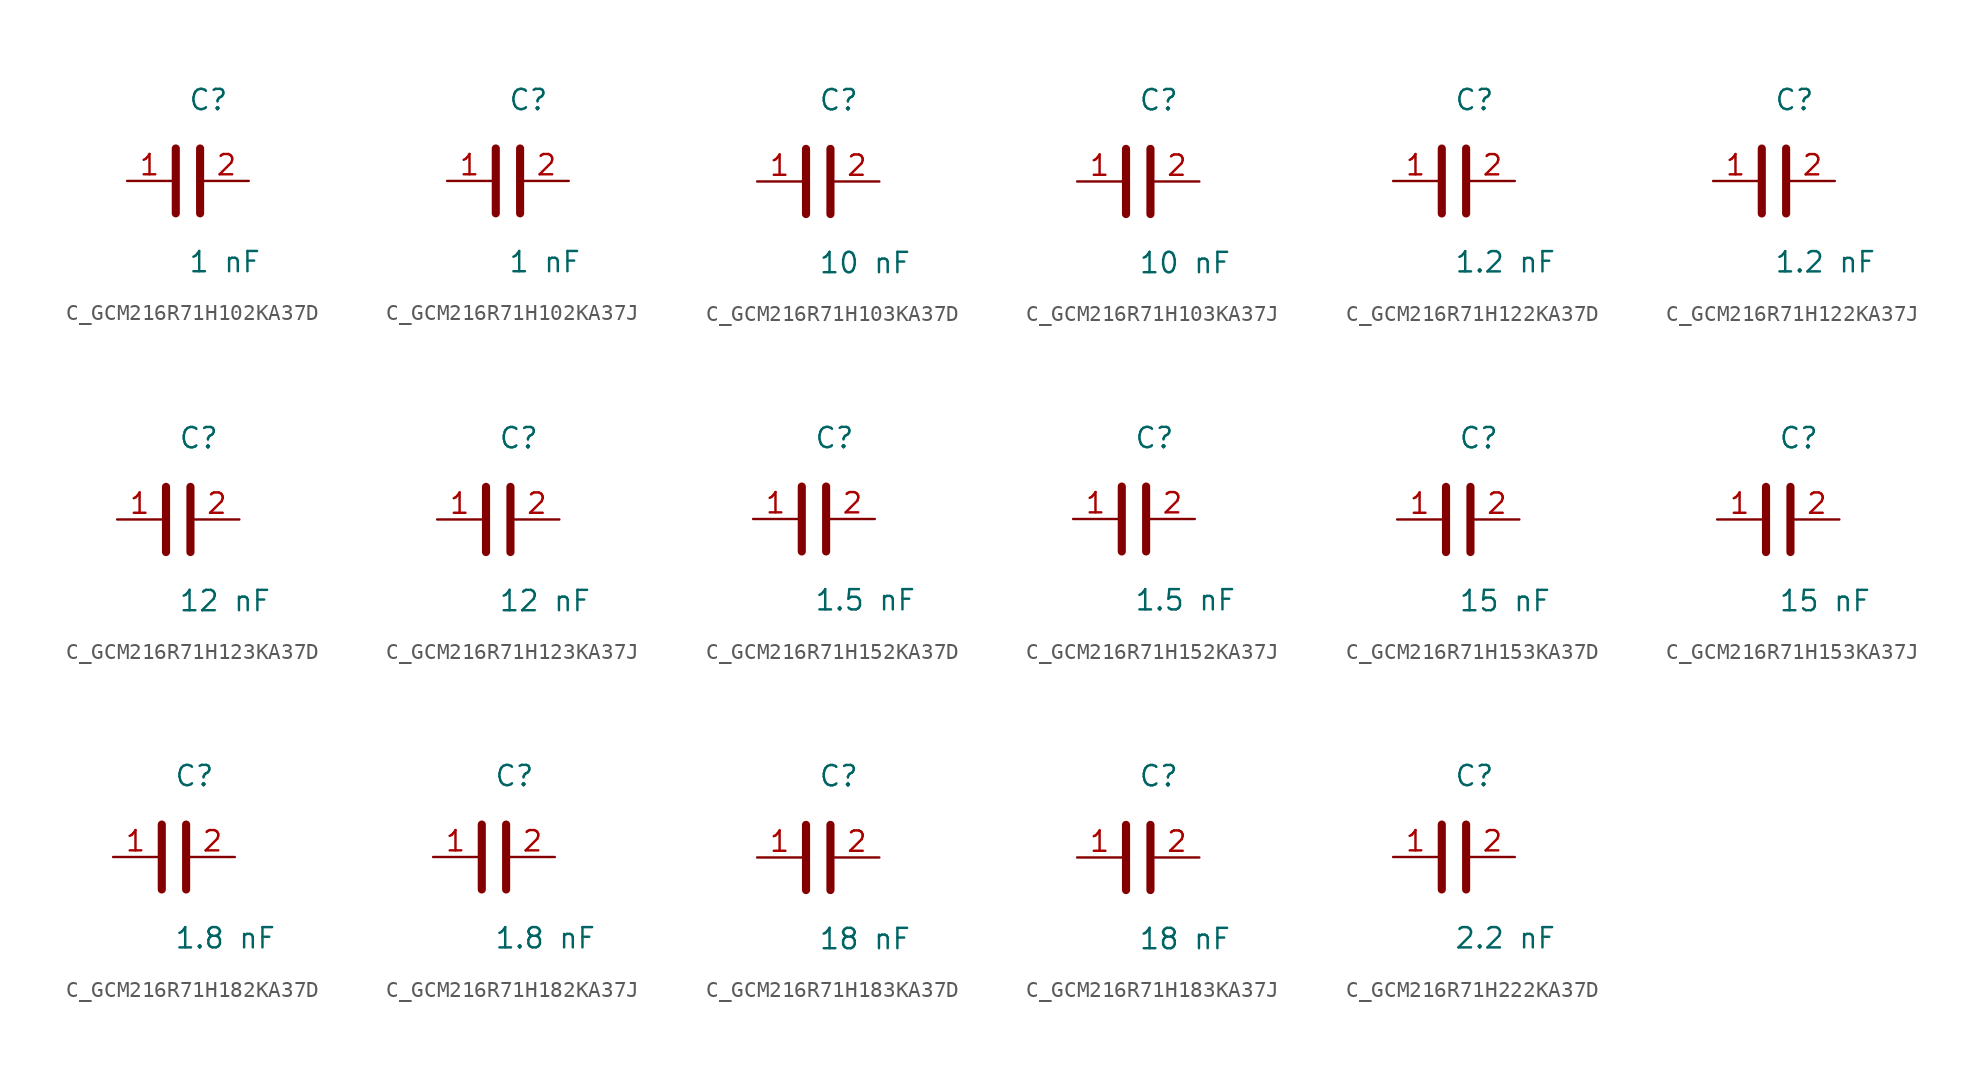
<source format=kicad_sym>
(kicad_symbol_lib
  (version 20231120)
  (generator kicad_symbol_editor)
  (generator_version 8.0)
  (symbol "C_GCM216R71H102KA37D"
    (pin_names
      (offset 0.254))
    (property "Value" "1 nF"
      (at 0 -5.08 0)
      (effects (font (size 1.27 1.27)) (justify left)))
    (property "Reference" "C"
      (at 0 5.08 0)
      (effects (font (size 1.27 1.27)) (justify left)))
    (symbol "C_GCM216R71H102KA37D_0_1"
      (polyline (pts (xy -0.762 -2.032) (xy -0.762 2.032)) (stroke (width 0.508) (type default)) (fill (type none)))
      (polyline (pts (xy 0.762 -2.032) (xy 0.762 2.032)) (stroke (width 0.508) (type default)) (fill (type none))))
    (pin unspecified line
      (at -3.81 0 0)
      (length 2.8)
      (name "" (effects (font (size 1.27 1.27))))
      (number "1" (effects (font (size 1.27 1.27)))))
    (pin unspecified line
      (at 3.81 0 180)
      (length 2.8)
      (name "" (effects (font (size 1.27 1.27))))
      (number "2" (effects (font (size 1.27 1.27))))))
  (symbol "C_GCM216R71H102KA37J"
    (pin_names
      (offset 0.254))
    (property "Value" "1 nF"
      (at 0 -5.08 0)
      (effects (font (size 1.27 1.27)) (justify left)))
    (property "Reference" "C"
      (at 0 5.08 0)
      (effects (font (size 1.27 1.27)) (justify left)))
    (symbol "C_GCM216R71H102KA37J_0_1"
      (polyline (pts (xy -0.762 -2.032) (xy -0.762 2.032)) (stroke (width 0.508) (type default)) (fill (type none)))
      (polyline (pts (xy 0.762 -2.032) (xy 0.762 2.032)) (stroke (width 0.508) (type default)) (fill (type none))))
    (pin unspecified line
      (at -3.81 0 0)
      (length 2.8)
      (name "" (effects (font (size 1.27 1.27))))
      (number "1" (effects (font (size 1.27 1.27)))))
    (pin unspecified line
      (at 3.81 0 180)
      (length 2.8)
      (name "" (effects (font (size 1.27 1.27))))
      (number "2" (effects (font (size 1.27 1.27))))))
  (symbol "C_GCM216R71H103KA37D"
    (pin_names
      (offset 0.254))
    (property "Value" "10 nF"
      (at 0 -5.08 0)
      (effects (font (size 1.27 1.27)) (justify left)))
    (property "Reference" "C"
      (at 0 5.08 0)
      (effects (font (size 1.27 1.27)) (justify left)))
    (symbol "C_GCM216R71H103KA37D_0_1"
      (polyline (pts (xy -0.762 -2.032) (xy -0.762 2.032)) (stroke (width 0.508) (type default)) (fill (type none)))
      (polyline (pts (xy 0.762 -2.032) (xy 0.762 2.032)) (stroke (width 0.508) (type default)) (fill (type none))))
    (pin unspecified line
      (at -3.81 0 0)
      (length 2.8)
      (name "" (effects (font (size 1.27 1.27))))
      (number "1" (effects (font (size 1.27 1.27)))))
    (pin unspecified line
      (at 3.81 0 180)
      (length 2.8)
      (name "" (effects (font (size 1.27 1.27))))
      (number "2" (effects (font (size 1.27 1.27))))))
  (symbol "C_GCM216R71H103KA37J"
    (pin_names
      (offset 0.254))
    (property "Value" "10 nF"
      (at 0 -5.08 0)
      (effects (font (size 1.27 1.27)) (justify left)))
    (property "Reference" "C"
      (at 0 5.08 0)
      (effects (font (size 1.27 1.27)) (justify left)))
    (symbol "C_GCM216R71H103KA37J_0_1"
      (polyline (pts (xy -0.762 -2.032) (xy -0.762 2.032)) (stroke (width 0.508) (type default)) (fill (type none)))
      (polyline (pts (xy 0.762 -2.032) (xy 0.762 2.032)) (stroke (width 0.508) (type default)) (fill (type none))))
    (pin unspecified line
      (at -3.81 0 0)
      (length 2.8)
      (name "" (effects (font (size 1.27 1.27))))
      (number "1" (effects (font (size 1.27 1.27)))))
    (pin unspecified line
      (at 3.81 0 180)
      (length 2.8)
      (name "" (effects (font (size 1.27 1.27))))
      (number "2" (effects (font (size 1.27 1.27))))))
  (symbol "C_GCM216R71H122KA37D"
    (pin_names
      (offset 0.254))
    (property "Value" "1.2 nF"
      (at 0 -5.08 0)
      (effects (font (size 1.27 1.27)) (justify left)))
    (property "Reference" "C"
      (at 0 5.08 0)
      (effects (font (size 1.27 1.27)) (justify left)))
    (symbol "C_GCM216R71H122KA37D_0_1"
      (polyline (pts (xy -0.762 -2.032) (xy -0.762 2.032)) (stroke (width 0.508) (type default)) (fill (type none)))
      (polyline (pts (xy 0.762 -2.032) (xy 0.762 2.032)) (stroke (width 0.508) (type default)) (fill (type none))))
    (pin unspecified line
      (at -3.81 0 0)
      (length 2.8)
      (name "" (effects (font (size 1.27 1.27))))
      (number "1" (effects (font (size 1.27 1.27)))))
    (pin unspecified line
      (at 3.81 0 180)
      (length 2.8)
      (name "" (effects (font (size 1.27 1.27))))
      (number "2" (effects (font (size 1.27 1.27))))))
  (symbol "C_GCM216R71H122KA37J"
    (pin_names
      (offset 0.254))
    (property "Value" "1.2 nF"
      (at 0 -5.08 0)
      (effects (font (size 1.27 1.27)) (justify left)))
    (property "Reference" "C"
      (at 0 5.08 0)
      (effects (font (size 1.27 1.27)) (justify left)))
    (symbol "C_GCM216R71H122KA37J_0_1"
      (polyline (pts (xy -0.762 -2.032) (xy -0.762 2.032)) (stroke (width 0.508) (type default)) (fill (type none)))
      (polyline (pts (xy 0.762 -2.032) (xy 0.762 2.032)) (stroke (width 0.508) (type default)) (fill (type none))))
    (pin unspecified line
      (at -3.81 0 0)
      (length 2.8)
      (name "" (effects (font (size 1.27 1.27))))
      (number "1" (effects (font (size 1.27 1.27)))))
    (pin unspecified line
      (at 3.81 0 180)
      (length 2.8)
      (name "" (effects (font (size 1.27 1.27))))
      (number "2" (effects (font (size 1.27 1.27))))))
  (symbol "C_GCM216R71H123KA37D"
    (pin_names
      (offset 0.254))
    (property "Value" "12 nF"
      (at 0 -5.08 0)
      (effects (font (size 1.27 1.27)) (justify left)))
    (property "Reference" "C"
      (at 0 5.08 0)
      (effects (font (size 1.27 1.27)) (justify left)))
    (symbol "C_GCM216R71H123KA37D_0_1"
      (polyline (pts (xy -0.762 -2.032) (xy -0.762 2.032)) (stroke (width 0.508) (type default)) (fill (type none)))
      (polyline (pts (xy 0.762 -2.032) (xy 0.762 2.032)) (stroke (width 0.508) (type default)) (fill (type none))))
    (pin unspecified line
      (at -3.81 0 0)
      (length 2.8)
      (name "" (effects (font (size 1.27 1.27))))
      (number "1" (effects (font (size 1.27 1.27)))))
    (pin unspecified line
      (at 3.81 0 180)
      (length 2.8)
      (name "" (effects (font (size 1.27 1.27))))
      (number "2" (effects (font (size 1.27 1.27))))))
  (symbol "C_GCM216R71H123KA37J"
    (pin_names
      (offset 0.254))
    (property "Value" "12 nF"
      (at 0 -5.08 0)
      (effects (font (size 1.27 1.27)) (justify left)))
    (property "Reference" "C"
      (at 0 5.08 0)
      (effects (font (size 1.27 1.27)) (justify left)))
    (symbol "C_GCM216R71H123KA37J_0_1"
      (polyline (pts (xy -0.762 -2.032) (xy -0.762 2.032)) (stroke (width 0.508) (type default)) (fill (type none)))
      (polyline (pts (xy 0.762 -2.032) (xy 0.762 2.032)) (stroke (width 0.508) (type default)) (fill (type none))))
    (pin unspecified line
      (at -3.81 0 0)
      (length 2.8)
      (name "" (effects (font (size 1.27 1.27))))
      (number "1" (effects (font (size 1.27 1.27)))))
    (pin unspecified line
      (at 3.81 0 180)
      (length 2.8)
      (name "" (effects (font (size 1.27 1.27))))
      (number "2" (effects (font (size 1.27 1.27))))))
  (symbol "C_GCM216R71H152KA37D"
    (pin_names
      (offset 0.254))
    (property "Value" "1.5 nF"
      (at 0 -5.08 0)
      (effects (font (size 1.27 1.27)) (justify left)))
    (property "Reference" "C"
      (at 0 5.08 0)
      (effects (font (size 1.27 1.27)) (justify left)))
    (symbol "C_GCM216R71H152KA37D_0_1"
      (polyline (pts (xy -0.762 -2.032) (xy -0.762 2.032)) (stroke (width 0.508) (type default)) (fill (type none)))
      (polyline (pts (xy 0.762 -2.032) (xy 0.762 2.032)) (stroke (width 0.508) (type default)) (fill (type none))))
    (pin unspecified line
      (at -3.81 0 0)
      (length 2.8)
      (name "" (effects (font (size 1.27 1.27))))
      (number "1" (effects (font (size 1.27 1.27)))))
    (pin unspecified line
      (at 3.81 0 180)
      (length 2.8)
      (name "" (effects (font (size 1.27 1.27))))
      (number "2" (effects (font (size 1.27 1.27))))))
  (symbol "C_GCM216R71H152KA37J"
    (pin_names
      (offset 0.254))
    (property "Value" "1.5 nF"
      (at 0 -5.08 0)
      (effects (font (size 1.27 1.27)) (justify left)))
    (property "Reference" "C"
      (at 0 5.08 0)
      (effects (font (size 1.27 1.27)) (justify left)))
    (symbol "C_GCM216R71H152KA37J_0_1"
      (polyline (pts (xy -0.762 -2.032) (xy -0.762 2.032)) (stroke (width 0.508) (type default)) (fill (type none)))
      (polyline (pts (xy 0.762 -2.032) (xy 0.762 2.032)) (stroke (width 0.508) (type default)) (fill (type none))))
    (pin unspecified line
      (at -3.81 0 0)
      (length 2.8)
      (name "" (effects (font (size 1.27 1.27))))
      (number "1" (effects (font (size 1.27 1.27)))))
    (pin unspecified line
      (at 3.81 0 180)
      (length 2.8)
      (name "" (effects (font (size 1.27 1.27))))
      (number "2" (effects (font (size 1.27 1.27))))))
  (symbol "C_GCM216R71H153KA37D"
    (pin_names
      (offset 0.254))
    (property "Value" "15 nF"
      (at 0 -5.08 0)
      (effects (font (size 1.27 1.27)) (justify left)))
    (property "Reference" "C"
      (at 0 5.08 0)
      (effects (font (size 1.27 1.27)) (justify left)))
    (symbol "C_GCM216R71H153KA37D_0_1"
      (polyline (pts (xy -0.762 -2.032) (xy -0.762 2.032)) (stroke (width 0.508) (type default)) (fill (type none)))
      (polyline (pts (xy 0.762 -2.032) (xy 0.762 2.032)) (stroke (width 0.508) (type default)) (fill (type none))))
    (pin unspecified line
      (at -3.81 0 0)
      (length 2.8)
      (name "" (effects (font (size 1.27 1.27))))
      (number "1" (effects (font (size 1.27 1.27)))))
    (pin unspecified line
      (at 3.81 0 180)
      (length 2.8)
      (name "" (effects (font (size 1.27 1.27))))
      (number "2" (effects (font (size 1.27 1.27))))))
  (symbol "C_GCM216R71H153KA37J"
    (pin_names
      (offset 0.254))
    (property "Value" "15 nF"
      (at 0 -5.08 0)
      (effects (font (size 1.27 1.27)) (justify left)))
    (property "Reference" "C"
      (at 0 5.08 0)
      (effects (font (size 1.27 1.27)) (justify left)))
    (symbol "C_GCM216R71H153KA37J_0_1"
      (polyline (pts (xy -0.762 -2.032) (xy -0.762 2.032)) (stroke (width 0.508) (type default)) (fill (type none)))
      (polyline (pts (xy 0.762 -2.032) (xy 0.762 2.032)) (stroke (width 0.508) (type default)) (fill (type none))))
    (pin unspecified line
      (at -3.81 0 0)
      (length 2.8)
      (name "" (effects (font (size 1.27 1.27))))
      (number "1" (effects (font (size 1.27 1.27)))))
    (pin unspecified line
      (at 3.81 0 180)
      (length 2.8)
      (name "" (effects (font (size 1.27 1.27))))
      (number "2" (effects (font (size 1.27 1.27))))))
  (symbol "C_GCM216R71H182KA37D"
    (pin_names
      (offset 0.254))
    (property "Value" "1.8 nF"
      (at 0 -5.08 0)
      (effects (font (size 1.27 1.27)) (justify left)))
    (property "Reference" "C"
      (at 0 5.08 0)
      (effects (font (size 1.27 1.27)) (justify left)))
    (symbol "C_GCM216R71H182KA37D_0_1"
      (polyline (pts (xy -0.762 -2.032) (xy -0.762 2.032)) (stroke (width 0.508) (type default)) (fill (type none)))
      (polyline (pts (xy 0.762 -2.032) (xy 0.762 2.032)) (stroke (width 0.508) (type default)) (fill (type none))))
    (pin unspecified line
      (at -3.81 0 0)
      (length 2.8)
      (name "" (effects (font (size 1.27 1.27))))
      (number "1" (effects (font (size 1.27 1.27)))))
    (pin unspecified line
      (at 3.81 0 180)
      (length 2.8)
      (name "" (effects (font (size 1.27 1.27))))
      (number "2" (effects (font (size 1.27 1.27))))))
  (symbol "C_GCM216R71H182KA37J"
    (pin_names
      (offset 0.254))
    (property "Value" "1.8 nF"
      (at 0 -5.08 0)
      (effects (font (size 1.27 1.27)) (justify left)))
    (property "Reference" "C"
      (at 0 5.08 0)
      (effects (font (size 1.27 1.27)) (justify left)))
    (symbol "C_GCM216R71H182KA37J_0_1"
      (polyline (pts (xy -0.762 -2.032) (xy -0.762 2.032)) (stroke (width 0.508) (type default)) (fill (type none)))
      (polyline (pts (xy 0.762 -2.032) (xy 0.762 2.032)) (stroke (width 0.508) (type default)) (fill (type none))))
    (pin unspecified line
      (at -3.81 0 0)
      (length 2.8)
      (name "" (effects (font (size 1.27 1.27))))
      (number "1" (effects (font (size 1.27 1.27)))))
    (pin unspecified line
      (at 3.81 0 180)
      (length 2.8)
      (name "" (effects (font (size 1.27 1.27))))
      (number "2" (effects (font (size 1.27 1.27))))))
  (symbol "C_GCM216R71H183KA37D"
    (pin_names
      (offset 0.254))
    (property "Value" "18 nF"
      (at 0 -5.08 0)
      (effects (font (size 1.27 1.27)) (justify left)))
    (property "Reference" "C"
      (at 0 5.08 0)
      (effects (font (size 1.27 1.27)) (justify left)))
    (symbol "C_GCM216R71H183KA37D_0_1"
      (polyline (pts (xy -0.762 -2.032) (xy -0.762 2.032)) (stroke (width 0.508) (type default)) (fill (type none)))
      (polyline (pts (xy 0.762 -2.032) (xy 0.762 2.032)) (stroke (width 0.508) (type default)) (fill (type none))))
    (pin unspecified line
      (at -3.81 0 0)
      (length 2.8)
      (name "" (effects (font (size 1.27 1.27))))
      (number "1" (effects (font (size 1.27 1.27)))))
    (pin unspecified line
      (at 3.81 0 180)
      (length 2.8)
      (name "" (effects (font (size 1.27 1.27))))
      (number "2" (effects (font (size 1.27 1.27))))))
  (symbol "C_GCM216R71H183KA37J"
    (pin_names
      (offset 0.254))
    (property "Value" "18 nF"
      (at 0 -5.08 0)
      (effects (font (size 1.27 1.27)) (justify left)))
    (property "Reference" "C"
      (at 0 5.08 0)
      (effects (font (size 1.27 1.27)) (justify left)))
    (symbol "C_GCM216R71H183KA37J_0_1"
      (polyline (pts (xy -0.762 -2.032) (xy -0.762 2.032)) (stroke (width 0.508) (type default)) (fill (type none)))
      (polyline (pts (xy 0.762 -2.032) (xy 0.762 2.032)) (stroke (width 0.508) (type default)) (fill (type none))))
    (pin unspecified line
      (at -3.81 0 0)
      (length 2.8)
      (name "" (effects (font (size 1.27 1.27))))
      (number "1" (effects (font (size 1.27 1.27)))))
    (pin unspecified line
      (at 3.81 0 180)
      (length 2.8)
      (name "" (effects (font (size 1.27 1.27))))
      (number "2" (effects (font (size 1.27 1.27))))))
  (symbol "C_GCM216R71H222KA37D"
    (pin_names
      (offset 0.254))
    (property "Value" "2.2 nF"
      (at 0 -5.08 0)
      (effects (font (size 1.27 1.27)) (justify left)))
    (property "Reference" "C"
      (at 0 5.08 0)
      (effects (font (size 1.27 1.27)) (justify left)))
    (symbol "C_GCM216R71H222KA37D_0_1"
      (polyline (pts (xy -0.762 -2.032) (xy -0.762 2.032)) (stroke (width 0.508) (type default)) (fill (type none)))
      (polyline (pts (xy 0.762 -2.032) (xy 0.762 2.032)) (stroke (width 0.508) (type default)) (fill (type none))))
    (pin unspecified line
      (at -3.81 0 0)
      (length 2.8)
      (name "" (effects (font (size 1.27 1.27))))
      (number "1" (effects (font (size 1.27 1.27)))))
    (pin unspecified line
      (at 3.81 0 180)
      (length 2.8)
      (name "" (effects (font (size 1.27 1.27))))
      (number "2" (effects (font (size 1.27 1.27)))))))
</source>
